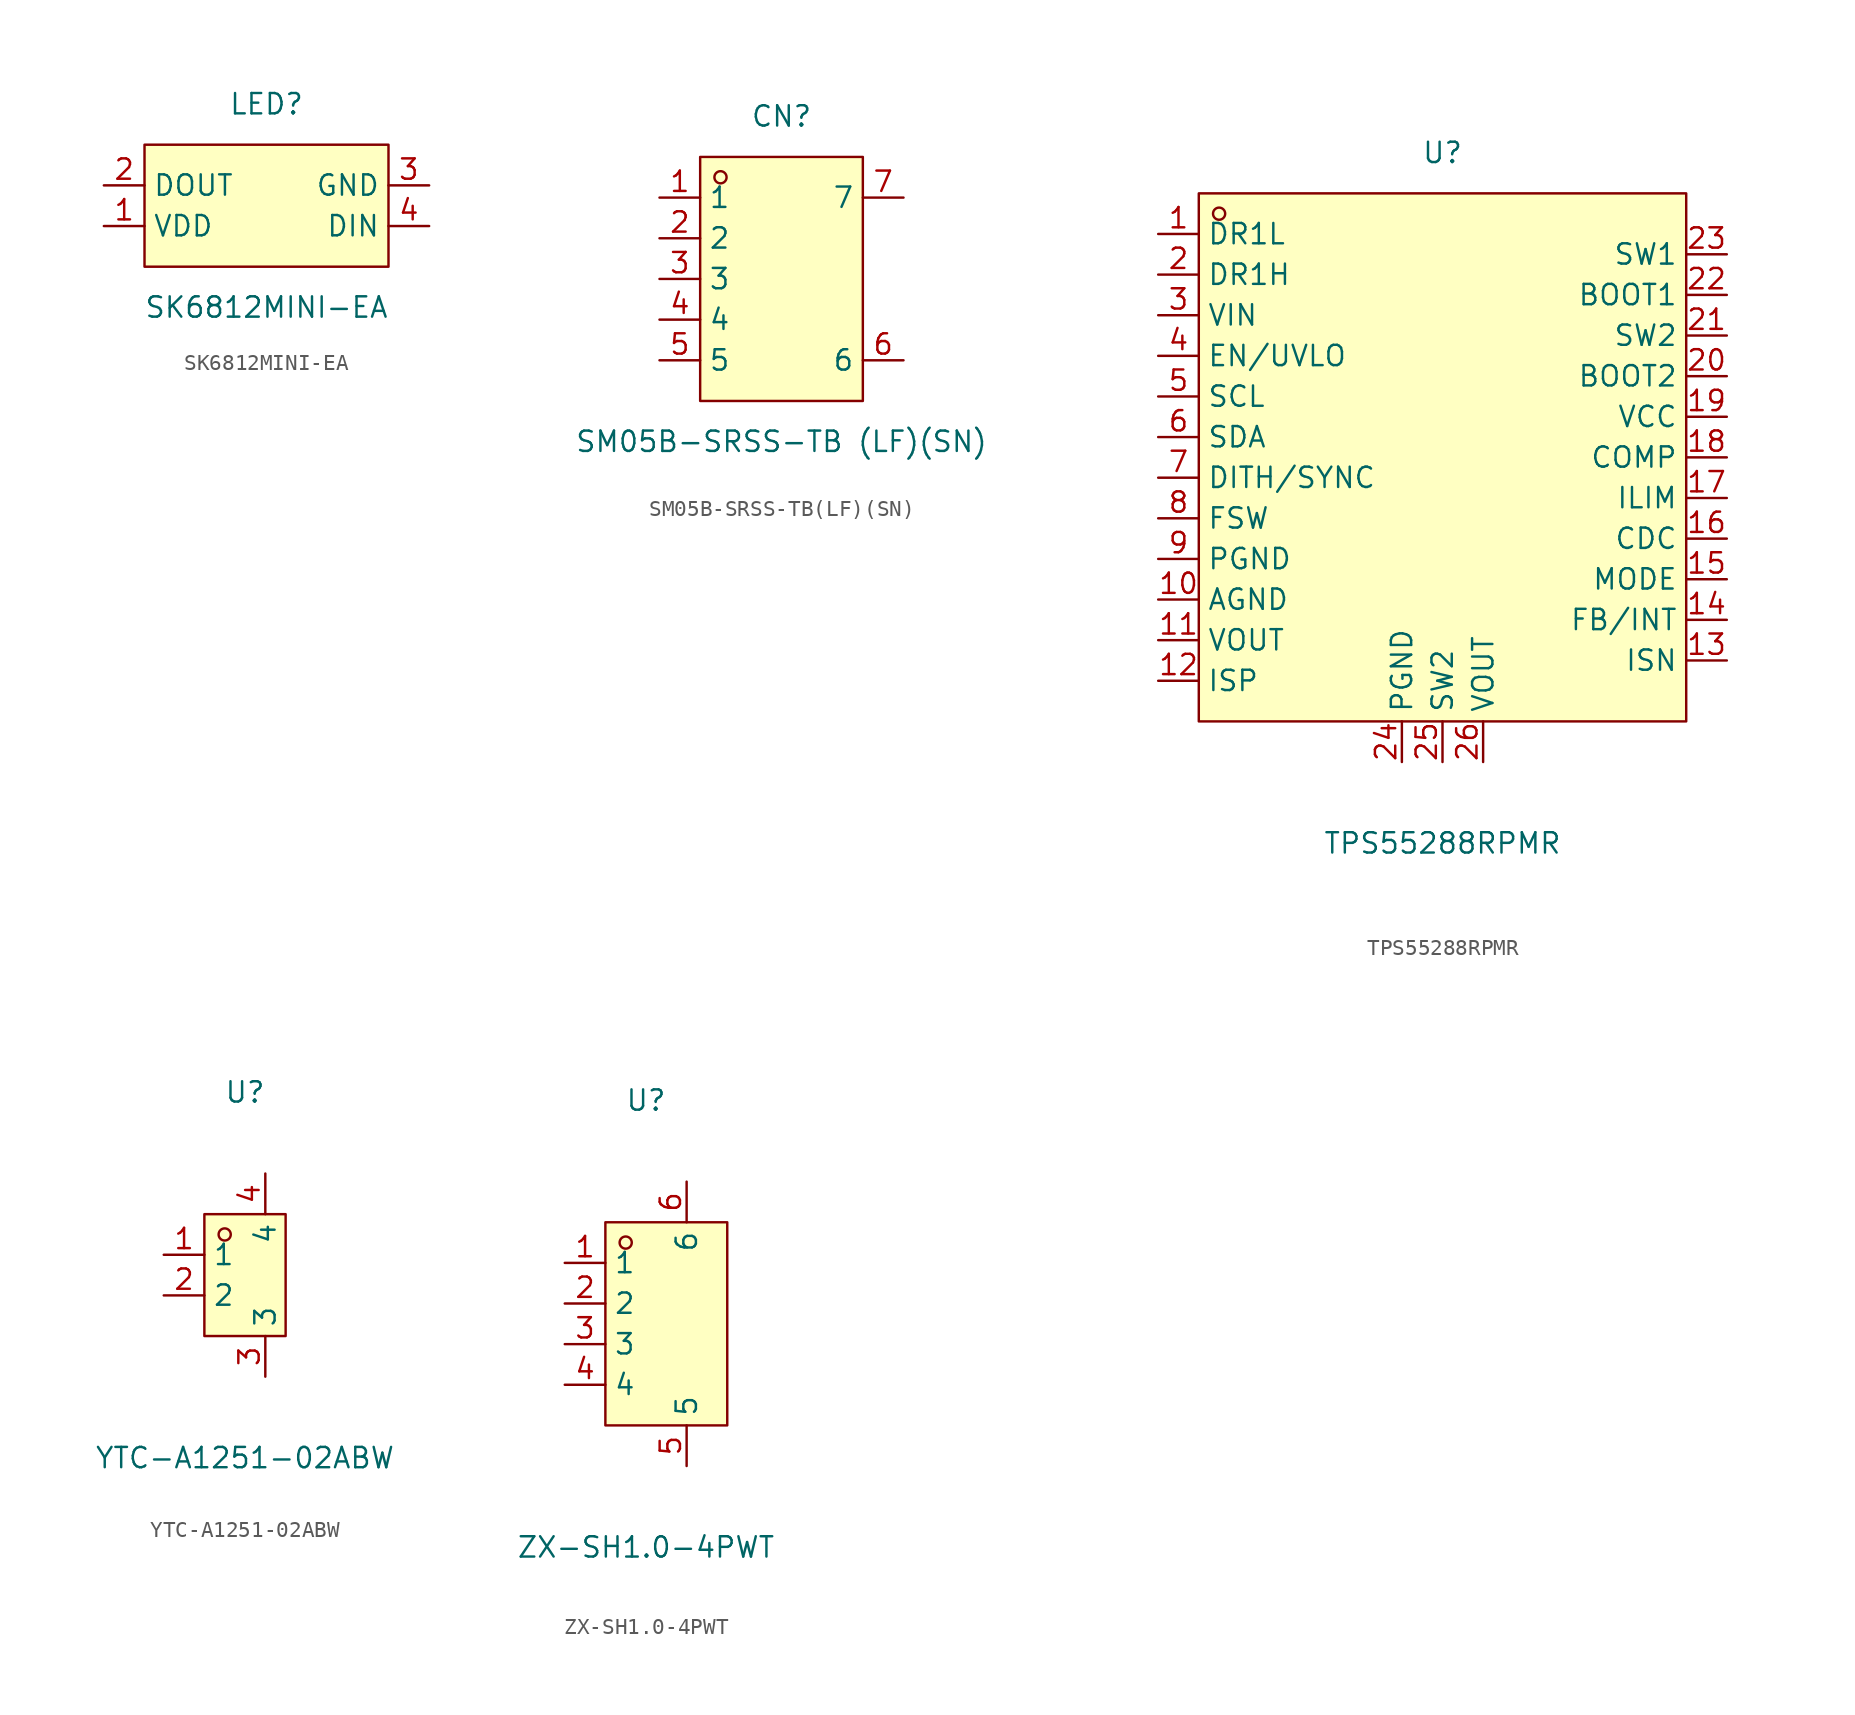
<source format=kicad_sym>
(kicad_symbol_lib
  (version 20231120)
  (generator "kicad_symbol_editor")
  (generator_version "8.0")
  (symbol "SK6812MINI-EA"
    (property "Reference" "LED"
      (at 0 6.35 0)
      (effects (font (size 1.27 1.27))))
    (property "Value" "SK6812MINI-EA"
      (at 0 -6.35 0)
      (effects (font (size 1.27 1.27))))
    (symbol "SK6812MINI-EA_0_1"
      (rectangle (start -7.62 3.81) (end 7.62 -3.81) (stroke (width 0) (type default)) (fill (type background)))
      (pin unspecified line (at -10.16 -1.27 0) (length 2.54) (name "VDD" (effects (font (size 1.27 1.27)))) (number "1" (effects (font (size 1.27 1.27)))))
      (pin unspecified line (at -10.16 1.27 0) (length 2.54) (name "DOUT" (effects (font (size 1.27 1.27)))) (number "2" (effects (font (size 1.27 1.27)))))
      (pin unspecified line (at 10.16 1.27 180) (length 2.54) (name "GND" (effects (font (size 1.27 1.27)))) (number "3" (effects (font (size 1.27 1.27)))))
      (pin unspecified line (at 10.16 -1.27 180) (length 2.54) (name "DIN" (effects (font (size 1.27 1.27)))) (number "4" (effects (font (size 1.27 1.27)))))))
  (symbol "SM05B-SRSS-TB(LF)(SN)"
    (property "Reference" "CN"
      (at 0 10.16 0)
      (effects (font (size 1.27 1.27))))
    (property "Value" "SM05B-SRSS-TB (LF)(SN)"
      (at 0 -10.16 0)
      (effects (font (size 1.27 1.27))))
    (symbol "SM05B-SRSS-TB(LF)(SN)_0_1"
      (rectangle (start -5.08 7.62) (end 5.08 -7.62) (stroke (width 0) (type default)) (fill (type background)))
      (circle (center -3.81 6.35) (radius 0.38) (stroke (width 0) (type default)) (fill (type none)))
      (pin unspecified line (at -7.62 5.08 0) (length 2.54) (name "1" (effects (font (size 1.27 1.27)))) (number "1" (effects (font (size 1.27 1.27)))))
      (pin unspecified line (at -7.62 2.54 0) (length 2.54) (name "2" (effects (font (size 1.27 1.27)))) (number "2" (effects (font (size 1.27 1.27)))))
      (pin unspecified line (at -7.62 0 0) (length 2.54) (name "3" (effects (font (size 1.27 1.27)))) (number "3" (effects (font (size 1.27 1.27)))))
      (pin unspecified line (at -7.62 -2.54 0) (length 2.54) (name "4" (effects (font (size 1.27 1.27)))) (number "4" (effects (font (size 1.27 1.27)))))
      (pin unspecified line (at -7.62 -5.08 0) (length 2.54) (name "5" (effects (font (size 1.27 1.27)))) (number "5" (effects (font (size 1.27 1.27)))))
      (pin unspecified line (at 7.62 -5.08 180) (length 2.54) (name "6" (effects (font (size 1.27 1.27)))) (number "6" (effects (font (size 1.27 1.27)))))
      (pin unspecified line (at 7.62 5.08 180) (length 2.54) (name "7" (effects (font (size 1.27 1.27)))) (number "7" (effects (font (size 1.27 1.27)))))))
  (symbol "TPS55288RPMR"
    (property "Reference" "U"
      (at 0 19.05 0)
      (effects (font (size 1.27 1.27))))
    (property "Value" "TPS55288RPMR"
      (at 0 -24.13 0)
      (effects (font (size 1.27 1.27))))
    (symbol "TPS55288RPMR_0_1"
      (rectangle (start -15.24 16.51) (end 15.24 -16.51) (stroke (width 0) (type default)) (fill (type background)))
      (circle (center -13.97 15.24) (radius 0.38) (stroke (width 0) (type default)) (fill (type none)))
      (pin unspecified line (at -17.78 13.97 0) (length 2.54) (name "DR1L" (effects (font (size 1.27 1.27)))) (number "1" (effects (font (size 1.27 1.27)))))
      (pin unspecified line (at -17.78 -8.89 0) (length 2.54) (name "AGND" (effects (font (size 1.27 1.27)))) (number "10" (effects (font (size 1.27 1.27)))))
      (pin unspecified line (at -17.78 -11.43 0) (length 2.54) (name "VOUT" (effects (font (size 1.27 1.27)))) (number "11" (effects (font (size 1.27 1.27)))))
      (pin unspecified line (at -17.78 -13.97 0) (length 2.54) (name "ISP" (effects (font (size 1.27 1.27)))) (number "12" (effects (font (size 1.27 1.27)))))
      (pin unspecified line (at 17.78 -12.7 180) (length 2.54) (name "ISN" (effects (font (size 1.27 1.27)))) (number "13" (effects (font (size 1.27 1.27)))))
      (pin unspecified line (at 17.78 -10.16 180) (length 2.54) (name "FB/INT" (effects (font (size 1.27 1.27)))) (number "14" (effects (font (size 1.27 1.27)))))
      (pin unspecified line (at 17.78 -7.62 180) (length 2.54) (name "MODE" (effects (font (size 1.27 1.27)))) (number "15" (effects (font (size 1.27 1.27)))))
      (pin unspecified line (at 17.78 -5.08 180) (length 2.54) (name "CDC" (effects (font (size 1.27 1.27)))) (number "16" (effects (font (size 1.27 1.27)))))
      (pin unspecified line (at 17.78 -2.54 180) (length 2.54) (name "ILIM" (effects (font (size 1.27 1.27)))) (number "17" (effects (font (size 1.27 1.27)))))
      (pin unspecified line (at 17.78 0 180) (length 2.54) (name "COMP" (effects (font (size 1.27 1.27)))) (number "18" (effects (font (size 1.27 1.27)))))
      (pin unspecified line (at 17.78 2.54 180) (length 2.54) (name "VCC" (effects (font (size 1.27 1.27)))) (number "19" (effects (font (size 1.27 1.27)))))
      (pin unspecified line (at -17.78 11.43 0) (length 2.54) (name "DR1H" (effects (font (size 1.27 1.27)))) (number "2" (effects (font (size 1.27 1.27)))))
      (pin unspecified line (at 17.78 5.08 180) (length 2.54) (name "BOOT2" (effects (font (size 1.27 1.27)))) (number "20" (effects (font (size 1.27 1.27)))))
      (pin unspecified line (at 17.78 7.62 180) (length 2.54) (name "SW2" (effects (font (size 1.27 1.27)))) (number "21" (effects (font (size 1.27 1.27)))))
      (pin unspecified line (at 17.78 10.16 180) (length 2.54) (name "BOOT1" (effects (font (size 1.27 1.27)))) (number "22" (effects (font (size 1.27 1.27)))))
      (pin unspecified line (at 17.78 12.7 180) (length 2.54) (name "SW1" (effects (font (size 1.27 1.27)))) (number "23" (effects (font (size 1.27 1.27)))))
      (pin unspecified line (at -2.54 -19.05 90) (length 2.54) (name "PGND" (effects (font (size 1.27 1.27)))) (number "24" (effects (font (size 1.27 1.27)))))
      (pin unspecified line (at 0 -19.05 90) (length 2.54) (name "SW2" (effects (font (size 1.27 1.27)))) (number "25" (effects (font (size 1.27 1.27)))))
      (pin unspecified line (at 2.54 -19.05 90) (length 2.54) (name "VOUT" (effects (font (size 1.27 1.27)))) (number "26" (effects (font (size 1.27 1.27)))))
      (pin unspecified line (at -17.78 8.89 0) (length 2.54) (name "VIN" (effects (font (size 1.27 1.27)))) (number "3" (effects (font (size 1.27 1.27)))))
      (pin unspecified line (at -17.78 6.35 0) (length 2.54) (name "EN/UVLO" (effects (font (size 1.27 1.27)))) (number "4" (effects (font (size 1.27 1.27)))))
      (pin unspecified line (at -17.78 3.81 0) (length 2.54) (name "SCL" (effects (font (size 1.27 1.27)))) (number "5" (effects (font (size 1.27 1.27)))))
      (pin unspecified line (at -17.78 1.27 0) (length 2.54) (name "SDA" (effects (font (size 1.27 1.27)))) (number "6" (effects (font (size 1.27 1.27)))))
      (pin unspecified line (at -17.78 -1.27 0) (length 2.54) (name "DITH/SYNC" (effects (font (size 1.27 1.27)))) (number "7" (effects (font (size 1.27 1.27)))))
      (pin unspecified line (at -17.78 -3.81 0) (length 2.54) (name "FSW" (effects (font (size 1.27 1.27)))) (number "8" (effects (font (size 1.27 1.27)))))
      (pin unspecified line (at -17.78 -6.35 0) (length 2.54) (name "PGND" (effects (font (size 1.27 1.27)))) (number "9" (effects (font (size 1.27 1.27)))))))
  (symbol "YTC-A1251-02ABW"
    (property "Reference" "U"
      (at 0 11.43 0)
      (effects (font (size 1.27 1.27))))
    (property "Value" "YTC-A1251-02ABW"
      (at 0 -11.43 0)
      (effects (font (size 1.27 1.27))))
    (symbol "YTC-A1251-02ABW_0_1"
      (rectangle (start -2.54 3.81) (end 2.54 -3.81) (stroke (width 0) (type default)) (fill (type background)))
      (circle (center -1.27 2.54) (radius 0.38) (stroke (width 0) (type default)) (fill (type none)))
      (pin unspecified line (at -5.08 1.27 0) (length 2.54) (name "1" (effects (font (size 1.27 1.27)))) (number "1" (effects (font (size 1.27 1.27)))))
      (pin unspecified line (at -5.08 -1.27 0) (length 2.54) (name "2" (effects (font (size 1.27 1.27)))) (number "2" (effects (font (size 1.27 1.27)))))
      (pin unspecified line (at 1.27 -6.35 90) (length 2.54) (name "3" (effects (font (size 1.27 1.27)))) (number "3" (effects (font (size 1.27 1.27)))))
      (pin unspecified line (at 1.27 6.35 270) (length 2.54) (name "4" (effects (font (size 1.27 1.27)))) (number "4" (effects (font (size 1.27 1.27)))))))
  (symbol "ZX-SH1.0-4PWT"
    (property "Reference" "U"
      (at 0 15.24 0)
      (effects (font (size 1.27 1.27))))
    (property "Value" "ZX-SH1.0-4PWT"
      (at 0 -12.7 0)
      (effects (font (size 1.27 1.27))))
    (symbol "ZX-SH1.0-4PWT_0_1"
      (rectangle (start -2.54 7.62) (end 5.08 -5.08) (stroke (width 0) (type default)) (fill (type background)))
      (circle (center -1.27 6.35) (radius 0.38) (stroke (width 0) (type default)) (fill (type none)))
      (pin unspecified line (at -5.08 5.08 0) (length 2.54) (name "1" (effects (font (size 1.27 1.27)))) (number "1" (effects (font (size 1.27 1.27)))))
      (pin unspecified line (at -5.08 2.54 0) (length 2.54) (name "2" (effects (font (size 1.27 1.27)))) (number "2" (effects (font (size 1.27 1.27)))))
      (pin unspecified line (at -5.08 0 0) (length 2.54) (name "3" (effects (font (size 1.27 1.27)))) (number "3" (effects (font (size 1.27 1.27)))))
      (pin unspecified line (at -5.08 -2.54 0) (length 2.54) (name "4" (effects (font (size 1.27 1.27)))) (number "4" (effects (font (size 1.27 1.27)))))
      (pin unspecified line (at 2.54 -7.62 90) (length 2.54) (name "5" (effects (font (size 1.27 1.27)))) (number "5" (effects (font (size 1.27 1.27)))))
      (pin unspecified line (at 2.54 10.16 270) (length 2.54) (name "6" (effects (font (size 1.27 1.27)))) (number "6" (effects (font (size 1.27 1.27))))))))
</source>
